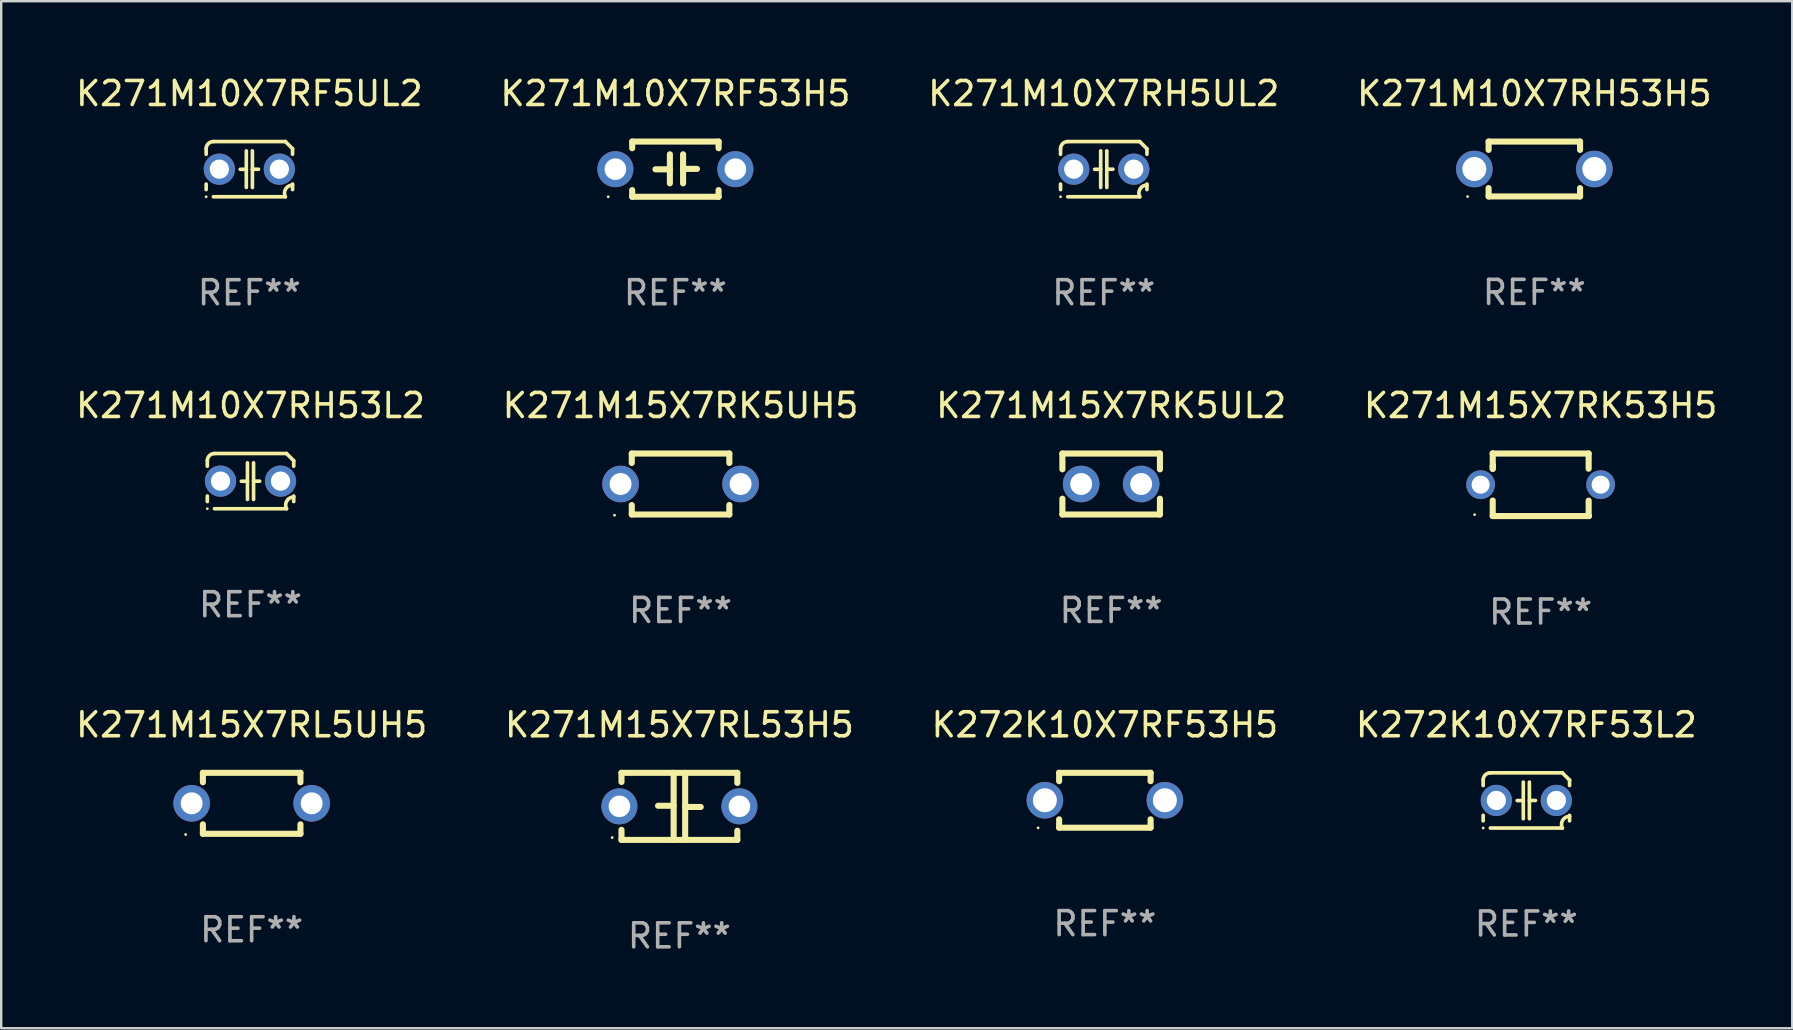
<source format=kicad_pcb>
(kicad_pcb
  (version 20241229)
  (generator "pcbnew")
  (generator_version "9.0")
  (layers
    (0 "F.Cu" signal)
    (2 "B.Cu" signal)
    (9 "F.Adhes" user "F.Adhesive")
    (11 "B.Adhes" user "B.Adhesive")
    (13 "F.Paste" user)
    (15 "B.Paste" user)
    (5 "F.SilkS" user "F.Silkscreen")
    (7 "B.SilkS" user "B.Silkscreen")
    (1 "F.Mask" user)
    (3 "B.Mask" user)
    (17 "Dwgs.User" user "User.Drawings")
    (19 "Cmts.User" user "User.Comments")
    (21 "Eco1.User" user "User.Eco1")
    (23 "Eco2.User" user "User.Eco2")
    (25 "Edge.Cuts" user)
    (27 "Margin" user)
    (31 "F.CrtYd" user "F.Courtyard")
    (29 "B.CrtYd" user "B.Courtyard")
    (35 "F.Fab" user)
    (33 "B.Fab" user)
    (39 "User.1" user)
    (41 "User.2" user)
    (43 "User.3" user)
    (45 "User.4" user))
  (footprint "K271M15X7RK53H5"
    (layer "F.Cu")
    (at 61.137 17.148)
    (property "Reference" "K271M15X7RK53H5" (at 0 -3.303 0) (layer "F.SilkS") (effects (font (size 1 1) (thickness 0.15))))
    (attr through_hole)
    (fp_line (start -1.996 -0.782) (end -1.983 -0.795) (stroke (width 0.254) (type solid)) (layer "F.SilkS"))
    (fp_line (start -1.996 -0.665) (end -1.996 -0.782) (stroke (width 0.254) (type solid)) (layer "F.SilkS"))
    (fp_line (start -1.996 1.297) (end -1.996 0.655) (stroke (width 0.254) (type solid)) (layer "F.SilkS"))
    (fp_line (start -1.996 -1.303) (end 2.001 -1.303) (stroke (width 0.254) (type solid)) (layer "F.SilkS"))
    (fp_line (start -1.995 -1.303) (end -1.996 -1.303) (stroke (width 0.254) (type solid)) (layer "F.SilkS"))
    (fp_line (start -1.995 -0.664) (end -1.995 -1.303) (stroke (width 0.254) (type solid)) (layer "F.SilkS"))
    (fp_line (start -1.99 1.303) (end -1.996 1.297) (stroke (width 0.254) (type solid)) (layer "F.SilkS"))
    (fp_line (start 2.001 -1.303) (end 2.001 -0.669) (stroke (width 0.254) (type solid)) (layer "F.SilkS"))
    (fp_line (start 2.001 0.659) (end 2.001 1.297) (stroke (width 0.254) (type solid)) (layer "F.SilkS"))
    (fp_line (start 2.001 1.297) (end 2.008 1.303) (stroke (width 0.254) (type solid)) (layer "F.SilkS"))
    (fp_line (start 2.008 1.303) (end -1.99 1.303) (stroke (width 0.254) (type solid)) (layer "F.SilkS"))
    (fp_circle (center -2.75 1.245) (end -2.72 1.245) (stroke (width 0.06) (type solid)) (fill no) (layer "F.SilkS"))
    (fp_text user "REF**" (at 0 5.303 0) (layer "F.Fab") (effects (font (size 1 1) (thickness 0.15))))
    (pad "1" thru_hole circle (at -2.5 -0.005) (size 1.2 1.2) (drill 0.75) (layers "*.Cu" "*.Mask"))
    (pad "2" thru_hole circle (at 2.5 -0.005) (size 1.2 1.2) (drill 0.75) (layers "*.Cu" "*.Mask")))
  (footprint "K271M10X7RH53L2"
    (layer "F.Cu")
    (at 7.387 16.995)
    (property "Reference" "K271M10X7RH53L2" (at 0 -3.15 0) (layer "F.SilkS") (effects (font (size 1 1) (thickness 0.15))))
    (attr through_hole)
    (fp_line (start -1.8 -0.621) (end -1.8 -0.85) (stroke (width 0.152) (type solid)) (layer "F.SilkS"))
    (fp_line (start -1.8 0.85) (end -1.8 0.621) (stroke (width 0.152) (type solid)) (layer "F.SilkS"))
    (fp_line (start -1.5 -1.15) (end 1.5 -1.15) (stroke (width 0.152) (type solid)) (layer "F.SilkS"))
    (fp_line (start -0.127 -0.762) (end -0.127 0.762) (stroke (width 0.152) (type solid)) (layer "F.SilkS"))
    (fp_line (start -0.127 0.005) (end -0.381 0.005) (stroke (width 0.152) (type solid)) (layer "F.SilkS"))
    (fp_line (start 0.127 -0.762) (end 0.127 0.762) (stroke (width 0.152) (type solid)) (layer "F.SilkS"))
    (fp_line (start 0.127 0.002) (end 0.381 0.002) (stroke (width 0.152) (type solid)) (layer "F.SilkS"))
    (fp_line (start 1.5 1.15) (end -1.5 1.15) (stroke (width 0.152) (type solid)) (layer "F.SilkS"))
    (fp_line (start 1.8 -0.85) (end 1.8 -0.621) (stroke (width 0.152) (type solid)) (layer "F.SilkS"))
    (fp_line (start 1.8 0.621) (end 1.8 0.85) (stroke (width 0.152) (type solid)) (layer "F.SilkS"))
    (fp_arc (start -1.799975 -0.849987) (mid -1.712107 -1.062119) (end -1.499975 -1.149987) (stroke (width 0.151994) (type solid)) (layer "F.SilkS"))
    (fp_arc (start 1.499975 1.149987) (mid 1.513726 0.822359) (end 1.799975 0.662387) (stroke (width 0.151994) (type solid)) (layer "F.SilkS"))
    (fp_arc (start 1.500001 -1.149986) (mid 1.650015 -1.000001) (end 1.8 -0.849987) (stroke (width 0.151994) (type solid)) (layer "F.SilkS"))
    (fp_circle (center -1.8 1.15) (end -1.77 1.15) (stroke (width 0.06) (type solid)) (fill no) (layer "F.SilkS"))
    (fp_text user "REF**" (at 0 5.15 0) (layer "F.Fab") (effects (font (size 1 1) (thickness 0.15))))
    (pad "1" thru_hole circle (at -1.25 0) (size 1.3 1.3) (drill 0.8) (layers "*.Cu" "*.Mask"))
    (pad "2" thru_hole circle (at 1.25 0) (size 1.3 1.3) (drill 0.8) (layers "*.Cu" "*.Mask")))
  (footprint "K271M10X7RH53H5"
    (layer "F.Cu")
    (at 60.875 3.991)
    (property "Reference" "K271M10X7RH53H5" (at 0 -3.143 0) (layer "F.SilkS") (effects (font (size 1 1) (thickness 0.15))))
    (attr through_hole)
    (fp_line (start -1.905 -1.143) (end 1.905 -1.143) (stroke (width 0.254) (type solid)) (layer "F.SilkS"))
    (fp_line (start -1.905 -0.795) (end -1.905 -1.143) (stroke (width 0.254) (type solid)) (layer "F.SilkS"))
    (fp_line (start -1.905 1.143) (end -1.905 0.795) (stroke (width 0.254) (type solid)) (layer "F.SilkS"))
    (fp_line (start 1.905 -1.143) (end 1.905 -0.795) (stroke (width 0.254) (type solid)) (layer "F.SilkS"))
    (fp_line (start 1.905 0.795) (end 1.905 1.143) (stroke (width 0.254) (type solid)) (layer "F.SilkS"))
    (fp_line (start 1.905 1.143) (end -1.905 1.143) (stroke (width 0.254) (type solid)) (layer "F.SilkS"))
    (fp_circle (center -2.781 1.15) (end -2.751 1.15) (stroke (width 0.06) (type solid)) (fill no) (layer "F.SilkS"))
    (fp_text user "REF**" (at 0 5.143 0) (layer "F.Fab") (effects (font (size 1 1) (thickness 0.15))))
    (pad "1" thru_hole circle (at -2.5 0) (size 1.524 1.524) (drill 1) (layers "*.Cu" "*.Mask"))
    (pad "2" thru_hole circle (at 2.5 0) (size 1.524 1.524) (drill 1) (layers "*.Cu" "*.Mask")))
  (footprint "K271M15X7RK5UL2"
    (layer "F.Cu")
    (at 43.244 17.115)
    (property "Reference" "K271M15X7RK5UL2" (at 0 -3.27 0) (layer "F.SilkS") (effects (font (size 1 1) (thickness 0.15))))
    (attr through_hole)
    (fp_line (start -2.032 -1.27) (end -2.032 -0.611) (stroke (width 0.254) (type solid)) (layer "F.SilkS"))
    (fp_line (start -2.032 0.611) (end -2.032 1.27) (stroke (width 0.254) (type solid)) (layer "F.SilkS"))
    (fp_line (start -2.032 1.27) (end 2.032 1.27) (stroke (width 0.254) (type solid)) (layer "F.SilkS"))
    (fp_line (start 2.032 -1.27) (end -2.032 -1.27) (stroke (width 0.254) (type solid)) (layer "F.SilkS"))
    (fp_line (start 2.032 -0.611) (end 2.032 -1.27) (stroke (width 0.254) (type solid)) (layer "F.SilkS"))
    (fp_line (start 2.032 1.27) (end 2.032 0.611) (stroke (width 0.254) (type solid)) (layer "F.SilkS"))
    (fp_circle (center -2 1.3) (end -1.97 1.3) (stroke (width 0.06) (type solid)) (fill no) (layer "F.SilkS"))
    (fp_text user "REF**" (at 0 5.27 0) (layer "F.Fab") (effects (font (size 1 1) (thickness 0.15))))
    (pad "1" thru_hole circle (at -1.25 0) (size 1.524 1.524) (drill 0.914) (layers "*.Cu" "*.Mask"))
    (pad "2" thru_hole circle (at 1.25 0) (size 1.524 1.524) (drill 0.914) (layers "*.Cu" "*.Mask")))
  (footprint "K271M10X7RH5UL2"
    (layer "F.Cu")
    (at 42.935 3.998)
    (property "Reference" "K271M10X7RH5UL2" (at 0 -3.15 0) (layer "F.SilkS") (effects (font (size 1 1) (thickness 0.15))))
    (attr through_hole)
    (fp_line (start -1.8 -0.621) (end -1.8 -0.85) (stroke (width 0.152) (type solid)) (layer "F.SilkS"))
    (fp_line (start -1.8 0.85) (end -1.8 0.621) (stroke (width 0.152) (type solid)) (layer "F.SilkS"))
    (fp_line (start -1.5 -1.15) (end 1.5 -1.15) (stroke (width 0.152) (type solid)) (layer "F.SilkS"))
    (fp_line (start -0.127 -0.762) (end -0.127 0.762) (stroke (width 0.152) (type solid)) (layer "F.SilkS"))
    (fp_line (start -0.127 0.005) (end -0.381 0.005) (stroke (width 0.152) (type solid)) (layer "F.SilkS"))
    (fp_line (start 0.127 -0.762) (end 0.127 0.762) (stroke (width 0.152) (type solid)) (layer "F.SilkS"))
    (fp_line (start 0.127 0.002) (end 0.381 0.002) (stroke (width 0.152) (type solid)) (layer "F.SilkS"))
    (fp_line (start 1.5 1.15) (end -1.5 1.15) (stroke (width 0.152) (type solid)) (layer "F.SilkS"))
    (fp_line (start 1.8 -0.85) (end 1.8 -0.621) (stroke (width 0.152) (type solid)) (layer "F.SilkS"))
    (fp_line (start 1.8 0.621) (end 1.8 0.85) (stroke (width 0.152) (type solid)) (layer "F.SilkS"))
    (fp_arc (start -1.799975 -0.849987) (mid -1.712107 -1.062119) (end -1.499975 -1.149987) (stroke (width 0.151994) (type solid)) (layer "F.SilkS"))
    (fp_arc (start 1.499975 1.149987) (mid 1.513726 0.822359) (end 1.799975 0.662387) (stroke (width 0.151994) (type solid)) (layer "F.SilkS"))
    (fp_arc (start 1.500001 -1.149986) (mid 1.650015 -1.000001) (end 1.8 -0.849987) (stroke (width 0.151994) (type solid)) (layer "F.SilkS"))
    (fp_circle (center -1.8 1.15) (end -1.77 1.15) (stroke (width 0.06) (type solid)) (fill no) (layer "F.SilkS"))
    (fp_text user "REF**" (at 0 5.15 0) (layer "F.Fab") (effects (font (size 1 1) (thickness 0.15))))
    (pad "1" thru_hole circle (at -1.25 0) (size 1.3 1.3) (drill 0.8) (layers "*.Cu" "*.Mask"))
    (pad "2" thru_hole circle (at 1.25 0) (size 1.3 1.3) (drill 0.8) (layers "*.Cu" "*.Mask")))
  (footprint "K271M10X7RF5UL2"
    (layer "F.Cu")
    (at 7.339 3.998)
    (property "Reference" "K271M10X7RF5UL2" (at 0 -3.15 0) (layer "F.SilkS") (effects (font (size 1 1) (thickness 0.15))))
    (attr through_hole)
    (fp_line (start -1.8 -0.621) (end -1.8 -0.85) (stroke (width 0.152) (type solid)) (layer "F.SilkS"))
    (fp_line (start -1.8 0.85) (end -1.8 0.621) (stroke (width 0.152) (type solid)) (layer "F.SilkS"))
    (fp_line (start -1.5 -1.15) (end 1.5 -1.15) (stroke (width 0.152) (type solid)) (layer "F.SilkS"))
    (fp_line (start -0.127 -0.762) (end -0.127 0.762) (stroke (width 0.152) (type solid)) (layer "F.SilkS"))
    (fp_line (start -0.127 0.005) (end -0.381 0.005) (stroke (width 0.152) (type solid)) (layer "F.SilkS"))
    (fp_line (start 0.127 -0.762) (end 0.127 0.762) (stroke (width 0.152) (type solid)) (layer "F.SilkS"))
    (fp_line (start 0.127 0.002) (end 0.381 0.002) (stroke (width 0.152) (type solid)) (layer "F.SilkS"))
    (fp_line (start 1.5 1.15) (end -1.5 1.15) (stroke (width 0.152) (type solid)) (layer "F.SilkS"))
    (fp_line (start 1.8 -0.85) (end 1.8 -0.621) (stroke (width 0.152) (type solid)) (layer "F.SilkS"))
    (fp_line (start 1.8 0.621) (end 1.8 0.85) (stroke (width 0.152) (type solid)) (layer "F.SilkS"))
    (fp_arc (start -1.799975 -0.849987) (mid -1.712107 -1.062119) (end -1.499975 -1.149987) (stroke (width 0.151994) (type solid)) (layer "F.SilkS"))
    (fp_arc (start 1.499975 1.149987) (mid 1.513726 0.822359) (end 1.799975 0.662387) (stroke (width 0.151994) (type solid)) (layer "F.SilkS"))
    (fp_arc (start 1.500001 -1.149986) (mid 1.650015 -1.000001) (end 1.8 -0.849987) (stroke (width 0.151994) (type solid)) (layer "F.SilkS"))
    (fp_circle (center -1.8 1.15) (end -1.77 1.15) (stroke (width 0.06) (type solid)) (fill no) (layer "F.SilkS"))
    (fp_text user "REF**" (at 0 5.15 0) (layer "F.Fab") (effects (font (size 1 1) (thickness 0.15))))
    (pad "1" thru_hole circle (at -1.25 0) (size 1.3 1.3) (drill 0.8) (layers "*.Cu" "*.Mask"))
    (pad "2" thru_hole circle (at 1.25 0) (size 1.3 1.3) (drill 0.8) (layers "*.Cu" "*.Mask")))
  (footprint "K271M15X7RL5UH5"
    (layer "F.Cu")
    (at 7.435 30.418)
    (property "Reference" "K271M15X7RL5UH5" (at 0 -3.27 0) (layer "F.SilkS") (effects (font (size 1 1) (thickness 0.15))))
    (attr through_hole)
    (fp_line (start -2.032 -1.27) (end -2.032 -0.876) (stroke (width 0.254) (type solid)) (layer "F.SilkS"))
    (fp_line (start -2.032 0.876) (end -2.032 1.27) (stroke (width 0.254) (type solid)) (layer "F.SilkS"))
    (fp_line (start -2.032 1.27) (end 2.032 1.27) (stroke (width 0.254) (type solid)) (layer "F.SilkS"))
    (fp_line (start 2.032 -1.27) (end -2.032 -1.27) (stroke (width 0.254) (type solid)) (layer "F.SilkS"))
    (fp_line (start 2.032 -0.876) (end 2.032 -1.27) (stroke (width 0.254) (type solid)) (layer "F.SilkS"))
    (fp_line (start 2.032 1.27) (end 2.032 0.876) (stroke (width 0.254) (type solid)) (layer "F.SilkS"))
    (fp_circle (center -2.751 1.3) (end -2.721 1.3) (stroke (width 0.06) (type solid)) (fill no) (layer "F.SilkS"))
    (fp_text user "REF**" (at 0 5.27 0) (layer "F.Fab") (effects (font (size 1 1) (thickness 0.15))))
    (pad "1" thru_hole circle (at -2.5 0) (size 1.524 1.524) (drill 0.914) (layers "*.Cu" "*.Mask"))
    (pad "2" thru_hole circle (at 2.5 0) (size 1.524 1.524) (drill 0.914) (layers "*.Cu" "*.Mask")))
  (footprint "K272K10X7RF53L2"
    (layer "F.Cu")
    (at 60.542 30.298)
    (property "Reference" "K272K10X7RF53L2" (at 0 -3.15 0) (layer "F.SilkS") (effects (font (size 1 1) (thickness 0.15))))
    (attr through_hole)
    (fp_line (start -1.8 -0.621) (end -1.8 -0.85) (stroke (width 0.152) (type solid)) (layer "F.SilkS"))
    (fp_line (start -1.8 0.85) (end -1.8 0.621) (stroke (width 0.152) (type solid)) (layer "F.SilkS"))
    (fp_line (start -1.5 -1.15) (end 1.5 -1.15) (stroke (width 0.152) (type solid)) (layer "F.SilkS"))
    (fp_line (start -0.127 -0.762) (end -0.127 0.762) (stroke (width 0.152) (type solid)) (layer "F.SilkS"))
    (fp_line (start -0.127 0.005) (end -0.381 0.005) (stroke (width 0.152) (type solid)) (layer "F.SilkS"))
    (fp_line (start 0.127 -0.762) (end 0.127 0.762) (stroke (width 0.152) (type solid)) (layer "F.SilkS"))
    (fp_line (start 0.127 0.002) (end 0.381 0.002) (stroke (width 0.152) (type solid)) (layer "F.SilkS"))
    (fp_line (start 1.5 1.15) (end -1.5 1.15) (stroke (width 0.152) (type solid)) (layer "F.SilkS"))
    (fp_line (start 1.8 -0.85) (end 1.8 -0.621) (stroke (width 0.152) (type solid)) (layer "F.SilkS"))
    (fp_line (start 1.8 0.621) (end 1.8 0.85) (stroke (width 0.152) (type solid)) (layer "F.SilkS"))
    (fp_arc (start -1.799975 -0.849987) (mid -1.712107 -1.062119) (end -1.499975 -1.149987) (stroke (width 0.151994) (type solid)) (layer "F.SilkS"))
    (fp_arc (start 1.499975 1.149987) (mid 1.513726 0.822359) (end 1.799975 0.662387) (stroke (width 0.151994) (type solid)) (layer "F.SilkS"))
    (fp_arc (start 1.500001 -1.149986) (mid 1.650015 -1.000001) (end 1.8 -0.849987) (stroke (width 0.151994) (type solid)) (layer "F.SilkS"))
    (fp_circle (center -1.8 1.15) (end -1.77 1.15) (stroke (width 0.06) (type solid)) (fill no) (layer "F.SilkS"))
    (fp_text user "REF**" (at 0 5.15 0) (layer "F.Fab") (effects (font (size 1 1) (thickness 0.15))))
    (pad "1" thru_hole circle (at -1.25 0) (size 1.3 1.3) (drill 0.8) (layers "*.Cu" "*.Mask"))
    (pad "2" thru_hole circle (at 1.25 0) (size 1.3 1.3) (drill 0.8) (layers "*.Cu" "*.Mask")))
  (footprint "K271M15X7RK5UH5"
    (layer "F.Cu")
    (at 25.304 17.115)
    (property "Reference" "K271M15X7RK5UH5" (at 0 -3.27 0) (layer "F.SilkS") (effects (font (size 1 1) (thickness 0.15))))
    (attr through_hole)
    (fp_line (start -2.032 -1.27) (end -2.032 -0.876) (stroke (width 0.254) (type solid)) (layer "F.SilkS"))
    (fp_line (start -2.032 0.876) (end -2.032 1.27) (stroke (width 0.254) (type solid)) (layer "F.SilkS"))
    (fp_line (start -2.032 1.27) (end 2.032 1.27) (stroke (width 0.254) (type solid)) (layer "F.SilkS"))
    (fp_line (start 2.032 -1.27) (end -2.032 -1.27) (stroke (width 0.254) (type solid)) (layer "F.SilkS"))
    (fp_line (start 2.032 -0.876) (end 2.032 -1.27) (stroke (width 0.254) (type solid)) (layer "F.SilkS"))
    (fp_line (start 2.032 1.27) (end 2.032 0.876) (stroke (width 0.254) (type solid)) (layer "F.SilkS"))
    (fp_circle (center -2.751 1.3) (end -2.721 1.3) (stroke (width 0.06) (type solid)) (fill no) (layer "F.SilkS"))
    (fp_text user "REF**" (at 0 5.27 0) (layer "F.Fab") (effects (font (size 1 1) (thickness 0.15))))
    (pad "1" thru_hole circle (at -2.5 0) (size 1.524 1.524) (drill 0.914) (layers "*.Cu" "*.Mask"))
    (pad "2" thru_hole circle (at 2.5 0) (size 1.524 1.524) (drill 0.914) (layers "*.Cu" "*.Mask")))
  (footprint "K272K10X7RF53H5"
    (layer "F.Cu")
    (at 42.982 30.291)
    (property "Reference" "K272K10X7RF53H5" (at 0 -3.143 0) (layer "F.SilkS") (effects (font (size 1 1) (thickness 0.15))))
    (attr through_hole)
    (fp_line (start -1.905 -1.143) (end 1.905 -1.143) (stroke (width 0.254) (type solid)) (layer "F.SilkS"))
    (fp_line (start -1.905 -0.795) (end -1.905 -1.143) (stroke (width 0.254) (type solid)) (layer "F.SilkS"))
    (fp_line (start -1.905 1.143) (end -1.905 0.795) (stroke (width 0.254) (type solid)) (layer "F.SilkS"))
    (fp_line (start 1.905 -1.143) (end 1.905 -0.795) (stroke (width 0.254) (type solid)) (layer "F.SilkS"))
    (fp_line (start 1.905 0.795) (end 1.905 1.143) (stroke (width 0.254) (type solid)) (layer "F.SilkS"))
    (fp_line (start 1.905 1.143) (end -1.905 1.143) (stroke (width 0.254) (type solid)) (layer "F.SilkS"))
    (fp_circle (center -2.781 1.15) (end -2.751 1.15) (stroke (width 0.06) (type solid)) (fill no) (layer "F.SilkS"))
    (fp_text user "REF**" (at 0 5.143 0) (layer "F.Fab") (effects (font (size 1 1) (thickness 0.15))))
    (pad "1" thru_hole circle (at -2.5 0) (size 1.524 1.524) (drill 1) (layers "*.Cu" "*.Mask"))
    (pad "2" thru_hole circle (at 2.5 0) (size 1.524 1.524) (drill 1) (layers "*.Cu" "*.Mask")))
  (footprint "K271M10X7RF53H5"
    (layer "F.Cu")
    (at 25.089 3.998)
    (property "Reference" "K271M10X7RF53H5" (at 0 -3.15 0) (layer "F.SilkS") (effects (font (size 1 1) (thickness 0.15))))
    (attr through_hole)
    (fp_line (start -1.8 -1.15) (end -1.8 -0.872) (stroke (width 0.254) (type solid)) (layer "F.SilkS"))
    (fp_line (start -1.8 -1.15) (end 1.8 -1.15) (stroke (width 0.254) (type solid)) (layer "F.SilkS"))
    (fp_line (start -1.8 0.872) (end -1.8 1.15) (stroke (width 0.254) (type solid)) (layer "F.SilkS"))
    (fp_line (start -1.8 1.15) (end 1.8 1.15) (stroke (width 0.254) (type solid)) (layer "F.SilkS"))
    (fp_line (start -0.23 -0.62) (end -0.23 0.59) (stroke (width 0.254) (type solid)) (layer "F.SilkS"))
    (fp_line (start -0.23 0.007) (end -0.83 0.007) (stroke (width 0.254) (type solid)) (layer "F.SilkS"))
    (fp_line (start 0.32 -0.62) (end 0.32 0.59) (stroke (width 0.254) (type solid)) (layer "F.SilkS"))
    (fp_line (start 0.32 -0.012) (end 0.9 -0.012) (stroke (width 0.254) (type solid)) (layer "F.SilkS"))
    (fp_line (start 1.8 -1.15) (end 1.8 -0.872) (stroke (width 0.254) (type solid)) (layer "F.SilkS"))
    (fp_line (start 1.8 0.872) (end 1.8 1.15) (stroke (width 0.254) (type solid)) (layer "F.SilkS"))
    (fp_circle (center -2.8 1.15) (end -2.77 1.15) (stroke (width 0.06) (type solid)) (fill no) (layer "F.SilkS"))
    (fp_text user "REF**" (at 0 5.15 0) (layer "F.Fab") (effects (font (size 1 1) (thickness 0.15))))
    (pad "1" thru_hole circle (at -2.5 0) (size 1.5 1.5) (drill 0.9) (layers "*.Cu" "*.Mask"))
    (pad "2" thru_hole circle (at 2.5 0) (size 1.5 1.5) (drill 0.9) (layers "*.Cu" "*.Mask")))
  (footprint "K271M15X7RL53H5"
    (layer "F.Cu")
    (at 25.256 30.545)
    (property "Reference" "K271M15X7RL53H5" (at 0 -3.397 0) (layer "F.SilkS") (effects (font (size 1 1) (thickness 0.15))))
    (attr through_hole)
    (fp_line (start -2.413 -1.397) (end 2.413 -1.397) (stroke (width 0.254) (type solid)) (layer "F.SilkS"))
    (fp_line (start -2.413 -1.016) (end -2.413 -1.397) (stroke (width 0.254) (type solid)) (layer "F.SilkS"))
    (fp_line (start -2.413 0.977) (end -2.413 1.397) (stroke (width 0.254) (type solid)) (layer "F.SilkS"))
    (fp_line (start -0.24 -0.025) (end -0.889 -0.025) (stroke (width 0.254) (type solid)) (layer "F.SilkS"))
    (fp_line (start -0.24 1.397) (end -0.24 -1.397) (stroke (width 0.254) (type solid)) (layer "F.SilkS"))
    (fp_line (start 0.24 -1.397) (end 0.24 1.397) (stroke (width 0.254) (type solid)) (layer "F.SilkS"))
    (fp_line (start 0.24 0.025) (end 0.889 0.025) (stroke (width 0.254) (type solid)) (layer "F.SilkS"))
    (fp_line (start 2.413 -0.977) (end 2.413 -1.397) (stroke (width 0.254) (type solid)) (layer "F.SilkS"))
    (fp_line (start 2.413 1.016) (end 2.413 1.397) (stroke (width 0.254) (type solid)) (layer "F.SilkS"))
    (fp_line (start 2.413 1.397) (end -2.413 1.397) (stroke (width 0.254) (type solid)) (layer "F.SilkS"))
    (fp_circle (center -2.8 1.3) (end -2.77 1.3) (stroke (width 0.06) (type solid)) (fill no) (layer "F.SilkS"))
    (fp_text user "REF**" (at 0 5.397 0) (layer "F.Fab") (effects (font (size 1 1) (thickness 0.15))))
    (pad "1" thru_hole circle (at -2.5 0) (size 1.5 1.5) (drill 0.9) (layers "*.Cu" "*.Mask"))
    (pad "2" thru_hole circle (at 2.5 0) (size 1.5 1.5) (drill 0.9) (layers "*.Cu" "*.Mask")))
  (gr_rect
    (start -3 -3)
    (end 71.619 39.79)
    (stroke (width 0.1) (type default))
    (fill no)
    (layer "Edge.Cuts")))
</source>
